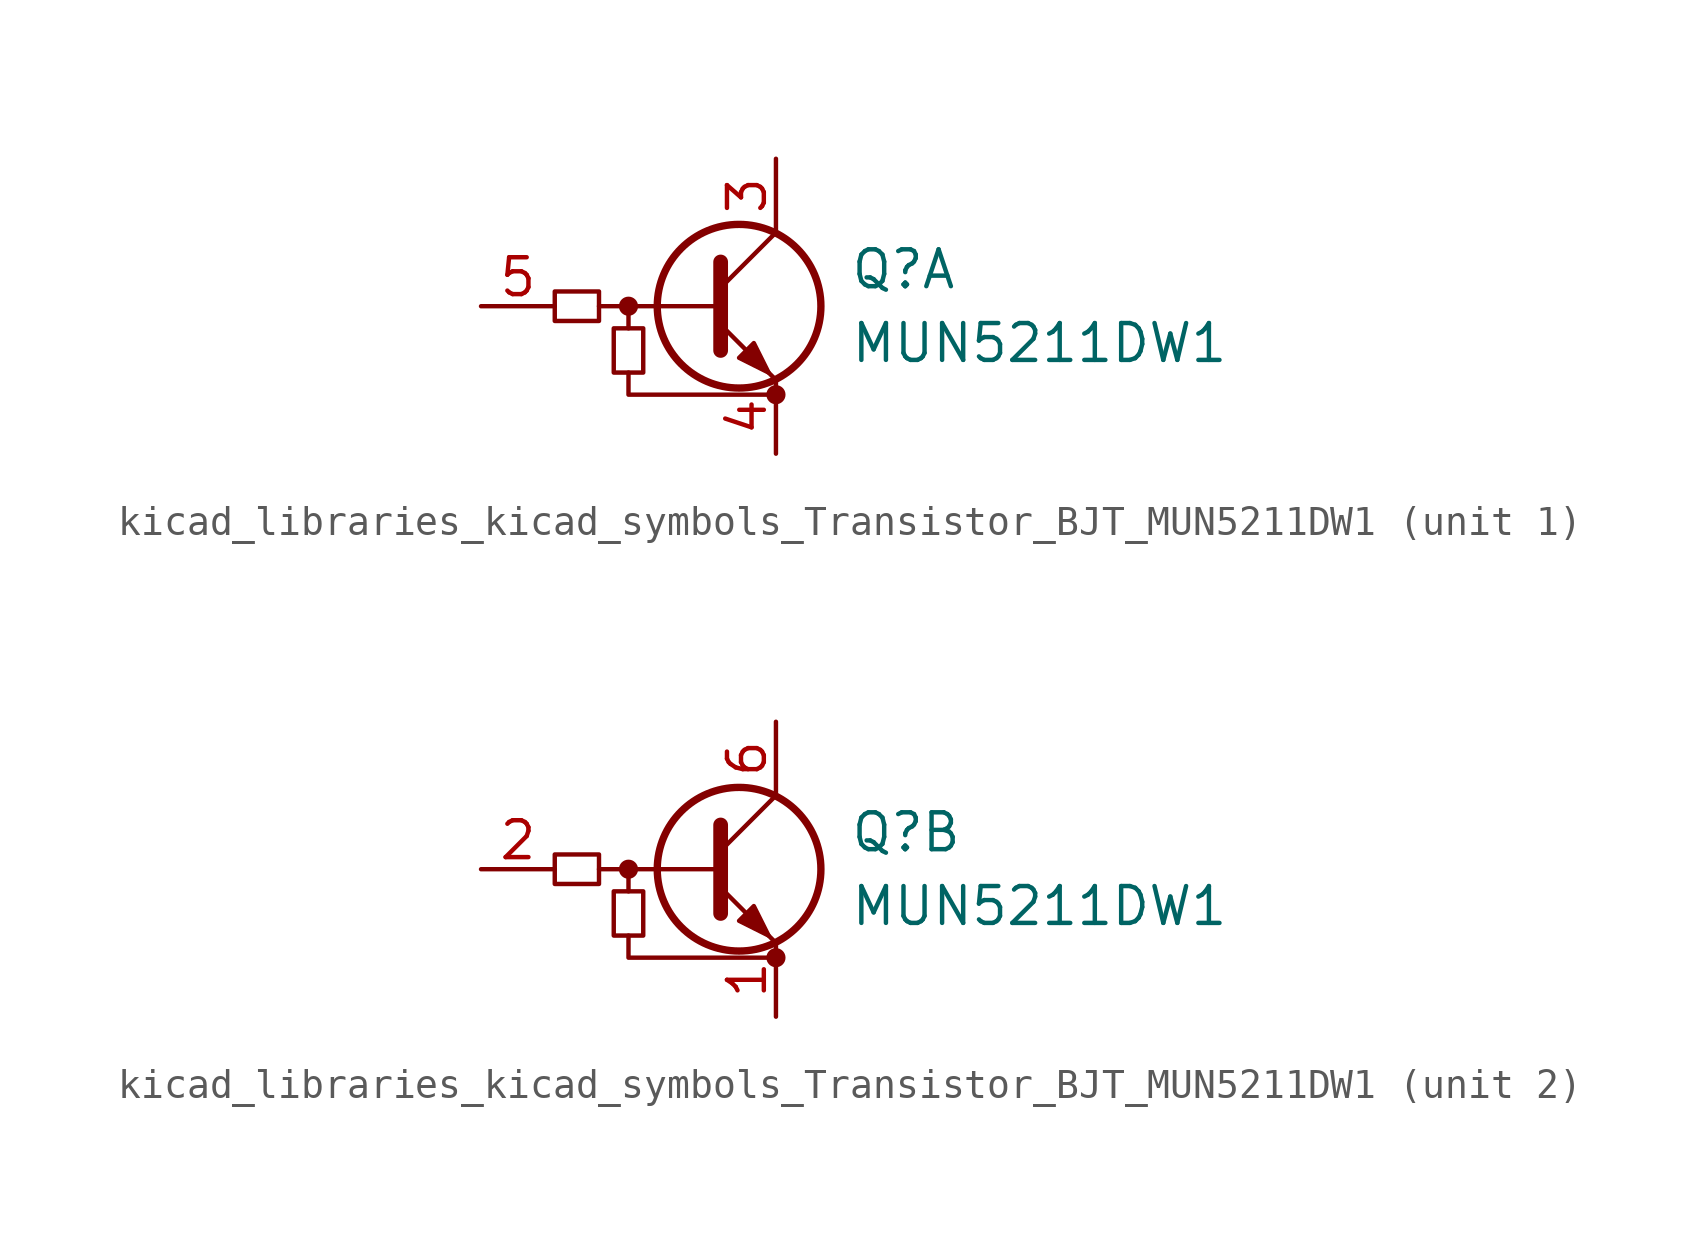
<source format=kicad_sym>
(kicad_symbol_lib
  (version 20220914)
  (generator kicad_symbol_editor)
  (symbol "kicad_libraries_kicad_symbols_Transistor_BJT_MUN5211DW1"
    (pin_names hide)
    (property "Reference" "Q"
      (at 3.81 1.27 0)
      (effects (font (size 1.27 1.27)) (justify left)))
    (property "Value" "MUN5211DW1"
      (at 3.81 -1.27 0)
      (effects (font (size 1.27 1.27)) (justify left)))
    (symbol "kicad_libraries_kicad_symbols_Transistor_BJT_MUN5211DW1_0_1"
      (rectangle (start -6.35 0.508) (end -4.826 -0.508) (stroke (width 0) (type default)) (fill (type none)))
      (rectangle (start -4.318 -2.286) (end -3.302 -0.762) (stroke (width 0) (type default)) (fill (type none)))
      (circle (center -3.81 0) (radius 0.254) (stroke (width 0) (type default)) (fill (type outline)))
      (polyline (pts (xy -3.81 -0.762) (xy -3.81 0)) (stroke (width 0) (type default)) (fill (type none)))
      (polyline (pts (xy -0.762 0) (xy -4.826 0)) (stroke (width 0) (type default)) (fill (type none)))
      (polyline (pts (xy -0.635 1.524) (xy -0.635 -1.524)) (stroke (width 0.508) (type default)) (fill (type none)))
      (polyline (pts (xy -3.81 -2.286) (xy -3.81 -3.048) (xy 1.27 -3.048)) (stroke (width 0) (type default)) (fill (type none)))
      (circle (center 1.27 -3.048) (radius 0.254) (stroke (width 0) (type default)) (fill (type outline))))
    (symbol "kicad_libraries_kicad_symbols_Transistor_BJT_MUN5211DW1_1_1"
      (polyline (pts (xy -0.635 0.635) (xy 1.27 2.54)) (stroke (width 0) (type default)) (fill (type none)))
      (polyline (pts (xy -0.635 -0.635) (xy 1.27 -2.54) (xy 1.27 -2.54)) (stroke (width 0) (type default)) (fill (type none)))
      (polyline (pts (xy 0 -1.778) (xy 0.508 -1.27) (xy 1.016 -2.286) (xy 0 -1.778) (xy 0 -1.778)) (stroke (width 0) (type default)) (fill (type outline)))
      (circle (center 0 0) (radius 2.819) (stroke (width 0.254) (type default)) (fill (type none)))
      (pin passive line (at 1.27 5.08 270) (length 2.54) (name "C1" (effects (font (size 1.27 1.27)))) (number "3" (effects (font (size 1.27 1.27)))))
      (pin passive line (at 1.27 -5.08 90) (length 2.54) (name "E1" (effects (font (size 1.27 1.27)))) (number "4" (effects (font (size 1.27 1.27)))))
      (pin input line (at -8.89 0 0) (length 2.54) (name "B1" (effects (font (size 1.27 1.27)))) (number "5" (effects (font (size 1.27 1.27))))))
    (symbol "kicad_libraries_kicad_symbols_Transistor_BJT_MUN5211DW1_2_1"
      (polyline (pts (xy -0.635 0.635) (xy 1.27 2.54)) (stroke (width 0) (type default)) (fill (type none)))
      (polyline (pts (xy -0.635 -0.635) (xy 1.27 -2.54) (xy 1.27 -2.54)) (stroke (width 0) (type default)) (fill (type none)))
      (polyline (pts (xy 0 -1.778) (xy 0.508 -1.27) (xy 1.016 -2.286) (xy 0 -1.778) (xy 0 -1.778)) (stroke (width 0) (type default)) (fill (type outline)))
      (circle (center 0 0) (radius 2.819) (stroke (width 0.254) (type default)) (fill (type none)))
      (pin passive line (at 1.27 -5.08 90) (length 2.54) (name "E2" (effects (font (size 1.27 1.27)))) (number "1" (effects (font (size 1.27 1.27)))))
      (pin input line (at -8.89 0 0) (length 2.54) (name "B2" (effects (font (size 1.27 1.27)))) (number "2" (effects (font (size 1.27 1.27)))))
      (pin passive line (at 1.27 5.08 270) (length 2.54) (name "C2" (effects (font (size 1.27 1.27)))) (number "6" (effects (font (size 1.27 1.27))))))))
</source>
